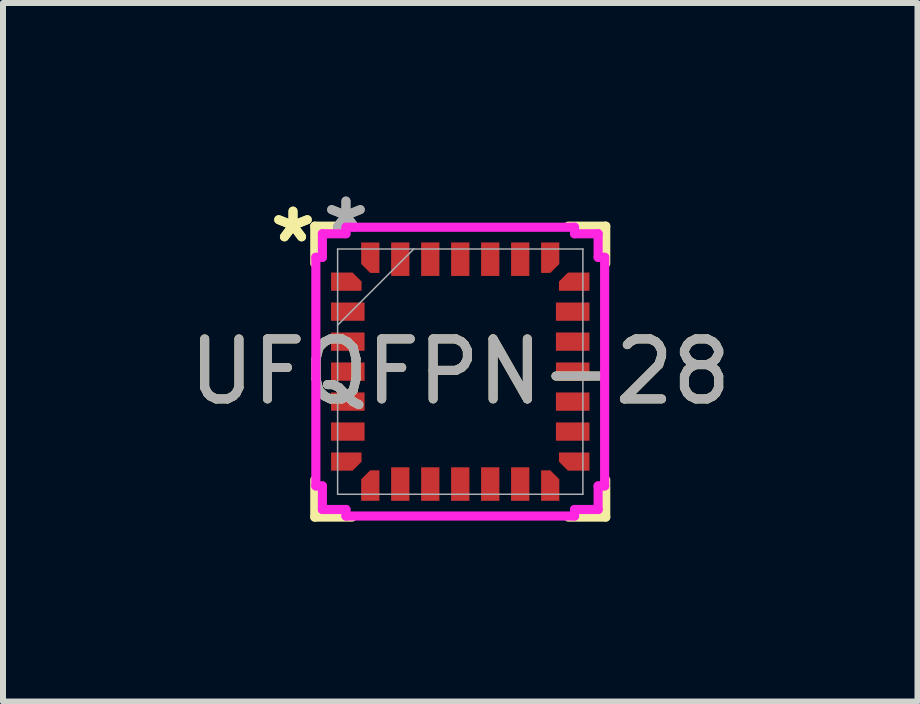
<source format=kicad_pcb>
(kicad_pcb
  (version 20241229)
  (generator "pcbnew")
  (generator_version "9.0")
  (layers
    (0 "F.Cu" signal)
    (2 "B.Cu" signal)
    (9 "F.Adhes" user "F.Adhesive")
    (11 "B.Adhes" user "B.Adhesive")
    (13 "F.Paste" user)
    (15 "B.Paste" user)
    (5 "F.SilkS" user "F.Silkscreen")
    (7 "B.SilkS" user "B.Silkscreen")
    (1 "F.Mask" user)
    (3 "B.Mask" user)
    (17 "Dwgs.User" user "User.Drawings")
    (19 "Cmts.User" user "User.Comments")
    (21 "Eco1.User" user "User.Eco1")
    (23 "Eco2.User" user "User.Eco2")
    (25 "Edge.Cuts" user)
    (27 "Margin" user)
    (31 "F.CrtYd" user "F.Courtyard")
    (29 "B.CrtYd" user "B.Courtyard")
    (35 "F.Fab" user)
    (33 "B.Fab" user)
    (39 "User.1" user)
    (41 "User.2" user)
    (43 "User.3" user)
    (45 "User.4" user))
  (footprint "UFQFPN-28"
    (layer "F.Cu")
    (at 4.625 3.147)
    (property "Reference" "UFQFPN-28" (at 0 0 0) (unlocked yes) (layer "F.SilkS") (effects (font (size 1 1) (thickness 0.15))))
    (attr smd)
    (fp_poly (pts (xy -2.154 -1.652) (xy -2.154 -1.348) (xy -1.646 -1.348) (xy -1.646 -1.502) (xy -1.796 -1.652)) (stroke (width 0) (type solid)) (fill yes) (layer "F.Cu"))
    (fp_poly (pts (xy -2.154 1.652) (xy -2.154 1.348) (xy -1.646 1.348) (xy -1.646 1.502) (xy -1.796 1.652)) (stroke (width 0) (type solid)) (fill yes) (layer "F.Cu"))
    (fp_poly (pts (xy -1.652 -2.154) (xy -1.348 -2.154) (xy -1.348 -1.646) (xy -1.502 -1.646) (xy -1.652 -1.796)) (stroke (width 0) (type solid)) (fill yes) (layer "F.Cu"))
    (fp_poly (pts (xy -1.652 2.154) (xy -1.348 2.154) (xy -1.348 1.646) (xy -1.502 1.646) (xy -1.652 1.796)) (stroke (width 0) (type solid)) (fill yes) (layer "F.Cu"))
    (fp_poly (pts (xy 1.652 -2.154) (xy 1.348 -2.154) (xy 1.348 -1.646) (xy 1.502 -1.646) (xy 1.652 -1.796)) (stroke (width 0) (type solid)) (fill yes) (layer "F.Cu"))
    (fp_poly (pts (xy 1.652 2.154) (xy 1.348 2.154) (xy 1.348 1.646) (xy 1.502 1.646) (xy 1.652 1.796)) (stroke (width 0) (type solid)) (fill yes) (layer "F.Cu"))
    (fp_poly (pts (xy 2.154 -1.652) (xy 2.154 -1.348) (xy 1.646 -1.348) (xy 1.646 -1.502) (xy 1.796 -1.652)) (stroke (width 0) (type solid)) (fill yes) (layer "F.Cu"))
    (fp_poly (pts (xy 2.154 1.652) (xy 2.154 1.348) (xy 1.646 1.348) (xy 1.646 1.502) (xy 1.796 1.652)) (stroke (width 0) (type solid)) (fill yes) (layer "F.Cu"))
    (fp_poly (pts (xy -2.154 -1.652) (xy -2.154 -1.348) (xy -1.646 -1.348) (xy -1.646 -1.502) (xy -1.796 -1.652)) (stroke (width 0) (type solid)) (fill yes) (layer "F.Mask"))
    (fp_poly (pts (xy -2.154 1.652) (xy -2.154 1.348) (xy -1.646 1.348) (xy -1.646 1.502) (xy -1.796 1.652)) (stroke (width 0) (type solid)) (fill yes) (layer "F.Mask"))
    (fp_poly (pts (xy -1.652 -2.154) (xy -1.348 -2.154) (xy -1.348 -1.646) (xy -1.502 -1.646) (xy -1.652 -1.796)) (stroke (width 0) (type solid)) (fill yes) (layer "F.Mask"))
    (fp_poly (pts (xy -1.652 2.154) (xy -1.348 2.154) (xy -1.348 1.646) (xy -1.502 1.646) (xy -1.652 1.796)) (stroke (width 0) (type solid)) (fill yes) (layer "F.Mask"))
    (fp_poly (pts (xy 1.652 -2.154) (xy 1.348 -2.154) (xy 1.348 -1.646) (xy 1.502 -1.646) (xy 1.652 -1.796)) (stroke (width 0) (type solid)) (fill yes) (layer "F.Mask"))
    (fp_poly (pts (xy 1.652 2.154) (xy 1.348 2.154) (xy 1.348 1.646) (xy 1.502 1.646) (xy 1.652 1.796)) (stroke (width 0) (type solid)) (fill yes) (layer "F.Mask"))
    (fp_poly (pts (xy 2.154 -1.652) (xy 2.154 -1.348) (xy 1.646 -1.348) (xy 1.646 -1.502) (xy 1.796 -1.652)) (stroke (width 0) (type solid)) (fill yes) (layer "F.Mask"))
    (fp_poly (pts (xy 2.154 1.652) (xy 2.154 1.348) (xy 1.646 1.348) (xy 1.646 1.502) (xy 1.796 1.652)) (stroke (width 0) (type solid)) (fill yes) (layer "F.Mask"))
    (fp_line (start -2.426 -2.426) (end -2.426 -1.803) (stroke (width 0.152) (type solid)) (layer "F.SilkS"))
    (fp_line (start -2.426 1.803) (end -2.426 2.426) (stroke (width 0.152) (type solid)) (layer "F.SilkS"))
    (fp_line (start -2.426 2.426) (end -1.803 2.426) (stroke (width 0.152) (type solid)) (layer "F.SilkS"))
    (fp_line (start -1.803 -2.426) (end -2.426 -2.426) (stroke (width 0.152) (type solid)) (layer "F.SilkS"))
    (fp_line (start 1.803 2.426) (end 2.426 2.426) (stroke (width 0.152) (type solid)) (layer "F.SilkS"))
    (fp_line (start 2.426 -2.426) (end 1.803 -2.426) (stroke (width 0.152) (type solid)) (layer "F.SilkS"))
    (fp_line (start 2.426 -1.803) (end 2.426 -2.426) (stroke (width 0.152) (type solid)) (layer "F.SilkS"))
    (fp_line (start 2.426 2.426) (end 2.426 1.803) (stroke (width 0.152) (type solid)) (layer "F.SilkS"))
    (fp_poly (pts (xy -2.154 -1.652) (xy -2.154 -1.348) (xy -1.646 -1.348) (xy -1.646 -1.502) (xy -1.796 -1.652)) (stroke (width 0) (type solid)) (fill yes) (layer "F.Paste"))
    (fp_poly (pts (xy -2.154 1.652) (xy -2.154 1.348) (xy -1.646 1.348) (xy -1.646 1.502) (xy -1.796 1.652)) (stroke (width 0) (type solid)) (fill yes) (layer "F.Paste"))
    (fp_poly (pts (xy -1.652 -2.154) (xy -1.348 -2.154) (xy -1.348 -1.646) (xy -1.502 -1.646) (xy -1.652 -1.796)) (stroke (width 0) (type solid)) (fill yes) (layer "F.Paste"))
    (fp_poly (pts (xy -1.652 2.154) (xy -1.348 2.154) (xy -1.348 1.646) (xy -1.502 1.646) (xy -1.652 1.796)) (stroke (width 0) (type solid)) (fill yes) (layer "F.Paste"))
    (fp_poly (pts (xy 1.652 -2.154) (xy 1.348 -2.154) (xy 1.348 -1.646) (xy 1.502 -1.646) (xy 1.652 -1.796)) (stroke (width 0) (type solid)) (fill yes) (layer "F.Paste"))
    (fp_poly (pts (xy 1.652 2.154) (xy 1.348 2.154) (xy 1.348 1.646) (xy 1.502 1.646) (xy 1.652 1.796)) (stroke (width 0) (type solid)) (fill yes) (layer "F.Paste"))
    (fp_poly (pts (xy 2.154 -1.652) (xy 2.154 -1.348) (xy 1.646 -1.348) (xy 1.646 -1.502) (xy 1.796 -1.652)) (stroke (width 0) (type solid)) (fill yes) (layer "F.Paste"))
    (fp_poly (pts (xy 2.154 1.652) (xy 2.154 1.348) (xy 1.646 1.348) (xy 1.646 1.502) (xy 1.796 1.652)) (stroke (width 0) (type solid)) (fill yes) (layer "F.Paste"))
    (fp_line (start -2.408 -1.906) (end -2.299 -1.906) (stroke (width 0.152) (type solid)) (layer "F.CrtYd"))
    (fp_line (start -2.408 1.906) (end -2.408 -1.906) (stroke (width 0.152) (type solid)) (layer "F.CrtYd"))
    (fp_line (start -2.299 -2.299) (end -1.906 -2.299) (stroke (width 0.152) (type solid)) (layer "F.CrtYd"))
    (fp_line (start -2.299 -1.906) (end -2.299 -2.299) (stroke (width 0.152) (type solid)) (layer "F.CrtYd"))
    (fp_line (start -2.299 1.906) (end -2.408 1.906) (stroke (width 0.152) (type solid)) (layer "F.CrtYd"))
    (fp_line (start -2.299 2.299) (end -2.299 1.906) (stroke (width 0.152) (type solid)) (layer "F.CrtYd"))
    (fp_line (start -1.906 -2.408) (end 1.906 -2.408) (stroke (width 0.152) (type solid)) (layer "F.CrtYd"))
    (fp_line (start -1.906 -2.299) (end -1.906 -2.408) (stroke (width 0.152) (type solid)) (layer "F.CrtYd"))
    (fp_line (start -1.906 2.299) (end -2.299 2.299) (stroke (width 0.152) (type solid)) (layer "F.CrtYd"))
    (fp_line (start -1.906 2.408) (end -1.906 2.299) (stroke (width 0.152) (type solid)) (layer "F.CrtYd"))
    (fp_line (start 1.906 -2.408) (end 1.906 -2.299) (stroke (width 0.152) (type solid)) (layer "F.CrtYd"))
    (fp_line (start 1.906 -2.299) (end 2.299 -2.299) (stroke (width 0.152) (type solid)) (layer "F.CrtYd"))
    (fp_line (start 1.906 2.299) (end 1.906 2.408) (stroke (width 0.152) (type solid)) (layer "F.CrtYd"))
    (fp_line (start 1.906 2.408) (end -1.906 2.408) (stroke (width 0.152) (type solid)) (layer "F.CrtYd"))
    (fp_line (start 2.299 -2.299) (end 2.299 -1.906) (stroke (width 0.152) (type solid)) (layer "F.CrtYd"))
    (fp_line (start 2.299 -1.906) (end 2.408 -1.906) (stroke (width 0.152) (type solid)) (layer "F.CrtYd"))
    (fp_line (start 2.299 1.906) (end 2.299 2.299) (stroke (width 0.152) (type solid)) (layer "F.CrtYd"))
    (fp_line (start 2.299 2.299) (end 1.906 2.299) (stroke (width 0.152) (type solid)) (layer "F.CrtYd"))
    (fp_line (start 2.408 -1.906) (end 2.408 1.906) (stroke (width 0.152) (type solid)) (layer "F.CrtYd"))
    (fp_line (start 2.408 1.906) (end 2.299 1.906) (stroke (width 0.152) (type solid)) (layer "F.CrtYd"))
    (fp_line (start -2.045 -2.045) (end -2.045 2.045) (stroke (width 0.025) (type solid)) (layer "F.Fab"))
    (fp_line (start -2.045 -0.775) (end -0.775 -2.045) (stroke (width 0.025) (type solid)) (layer "F.Fab"))
    (fp_line (start -2.045 2.045) (end 2.045 2.045) (stroke (width 0.025) (type solid)) (layer "F.Fab"))
    (fp_line (start 2.045 -2.045) (end -2.045 -2.045) (stroke (width 0.025) (type solid)) (layer "F.Fab"))
    (fp_line (start 2.045 2.045) (end 2.045 -2.045) (stroke (width 0.025) (type solid)) (layer "F.Fab"))
    (fp_text user "*" (at -2.789 -2.131 0) (layer "F.SilkS") (effects (font (size 1 1) (thickness 0.15))))
    (fp_text user "*" (at -2.789 -2.131 0) (unlocked yes) (layer "F.SilkS") (effects (font (size 1 1) (thickness 0.15))))
    (fp_text user "*" (at -1.906 -2.299 0) (unlocked yes) (layer "F.Fab") (effects (font (size 1 1) (thickness 0.15))))
    (fp_text user "*" (at -1.906 -2.299 0) (layer "F.Fab") (effects (font (size 1 1) (thickness 0.15))))
    (fp_text user "${REFERENCE}" (at 0 0 0) (unlocked yes) (layer "F.Fab") (effects (font (size 1 1) (thickness 0.15))))
    (pad "1" smd rect (at -1.9 -1.5 90) (size 0.127 0.127) (layers "F.Cu" "F.Mask" "F.Paste"))
    (pad "2" smd rect (at -1.875 -1 90) (size 0.305 0.559) (layers "F.Cu" "F.Mask" "F.Paste"))
    (pad "3" smd rect (at -1.875 -0.5 90) (size 0.305 0.559) (layers "F.Cu" "F.Mask" "F.Paste"))
    (pad "4" smd rect (at -1.875 0 90) (size 0.305 0.559) (layers "F.Cu" "F.Mask" "F.Paste"))
    (pad "5" smd rect (at -1.875 0.5 90) (size 0.305 0.559) (layers "F.Cu" "F.Mask" "F.Paste"))
    (pad "6" smd rect (at -1.875 1 90) (size 0.305 0.559) (layers "F.Cu" "F.Mask" "F.Paste"))
    (pad "7" smd rect (at -1.9 1.5 90) (size 0.127 0.127) (layers "F.Cu" "F.Mask" "F.Paste"))
    (pad "8" smd rect (at -1.5 1.9) (size 0.127 0.127) (layers "F.Cu" "F.Mask" "F.Paste"))
    (pad "9" smd rect (at -1 1.875) (size 0.305 0.559) (layers "F.Cu" "F.Mask" "F.Paste"))
    (pad "10" smd rect (at -0.5 1.875) (size 0.305 0.559) (layers "F.Cu" "F.Mask" "F.Paste"))
    (pad "11" smd rect (at 0 1.875) (size 0.305 0.559) (layers "F.Cu" "F.Mask" "F.Paste"))
    (pad "12" smd rect (at 0.5 1.875) (size 0.305 0.559) (layers "F.Cu" "F.Mask" "F.Paste"))
    (pad "13" smd rect (at 1 1.875) (size 0.305 0.559) (layers "F.Cu" "F.Mask" "F.Paste"))
    (pad "14" smd rect (at 1.5 1.9) (size 0.127 0.127) (layers "F.Cu" "F.Mask" "F.Paste"))
    (pad "15" smd rect (at 1.9 1.5 90) (size 0.127 0.127) (layers "F.Cu" "F.Mask" "F.Paste"))
    (pad "16" smd rect (at 1.875 1 90) (size 0.305 0.559) (layers "F.Cu" "F.Mask" "F.Paste"))
    (pad "17" smd rect (at 1.875 0.5 90) (size 0.305 0.559) (layers "F.Cu" "F.Mask" "F.Paste"))
    (pad "18" smd rect (at 1.875 0 90) (size 0.305 0.559) (layers "F.Cu" "F.Mask" "F.Paste"))
    (pad "19" smd rect (at 1.875 -0.5 90) (size 0.305 0.559) (layers "F.Cu" "F.Mask" "F.Paste"))
    (pad "20" smd rect (at 1.875 -1 90) (size 0.305 0.559) (layers "F.Cu" "F.Mask" "F.Paste"))
    (pad "21" smd rect (at 1.9 -1.5 90) (size 0.127 0.127) (layers "F.Cu" "F.Mask" "F.Paste"))
    (pad "22" smd rect (at 1.5 -1.9) (size 0.127 0.127) (layers "F.Cu" "F.Mask" "F.Paste"))
    (pad "23" smd rect (at 1 -1.875) (size 0.305 0.559) (layers "F.Cu" "F.Mask" "F.Paste"))
    (pad "24" smd rect (at 0.5 -1.875) (size 0.305 0.559) (layers "F.Cu" "F.Mask" "F.Paste"))
    (pad "25" smd rect (at 0 -1.875) (size 0.305 0.559) (layers "F.Cu" "F.Mask" "F.Paste"))
    (pad "26" smd rect (at -0.5 -1.875) (size 0.305 0.559) (layers "F.Cu" "F.Mask" "F.Paste"))
    (pad "27" smd rect (at -1 -1.875) (size 0.305 0.559) (layers "F.Cu" "F.Mask" "F.Paste"))
    (pad "28" smd rect (at -1.5 -1.9) (size 0.127 0.127) (layers "F.Cu" "F.Mask" "F.Paste")))
  (gr_rect
    (start -3 -3)
    (end 12.25 8.649)
    (stroke (width 0.1) (type default))
    (fill no)
    (layer "Edge.Cuts")))
</source>
